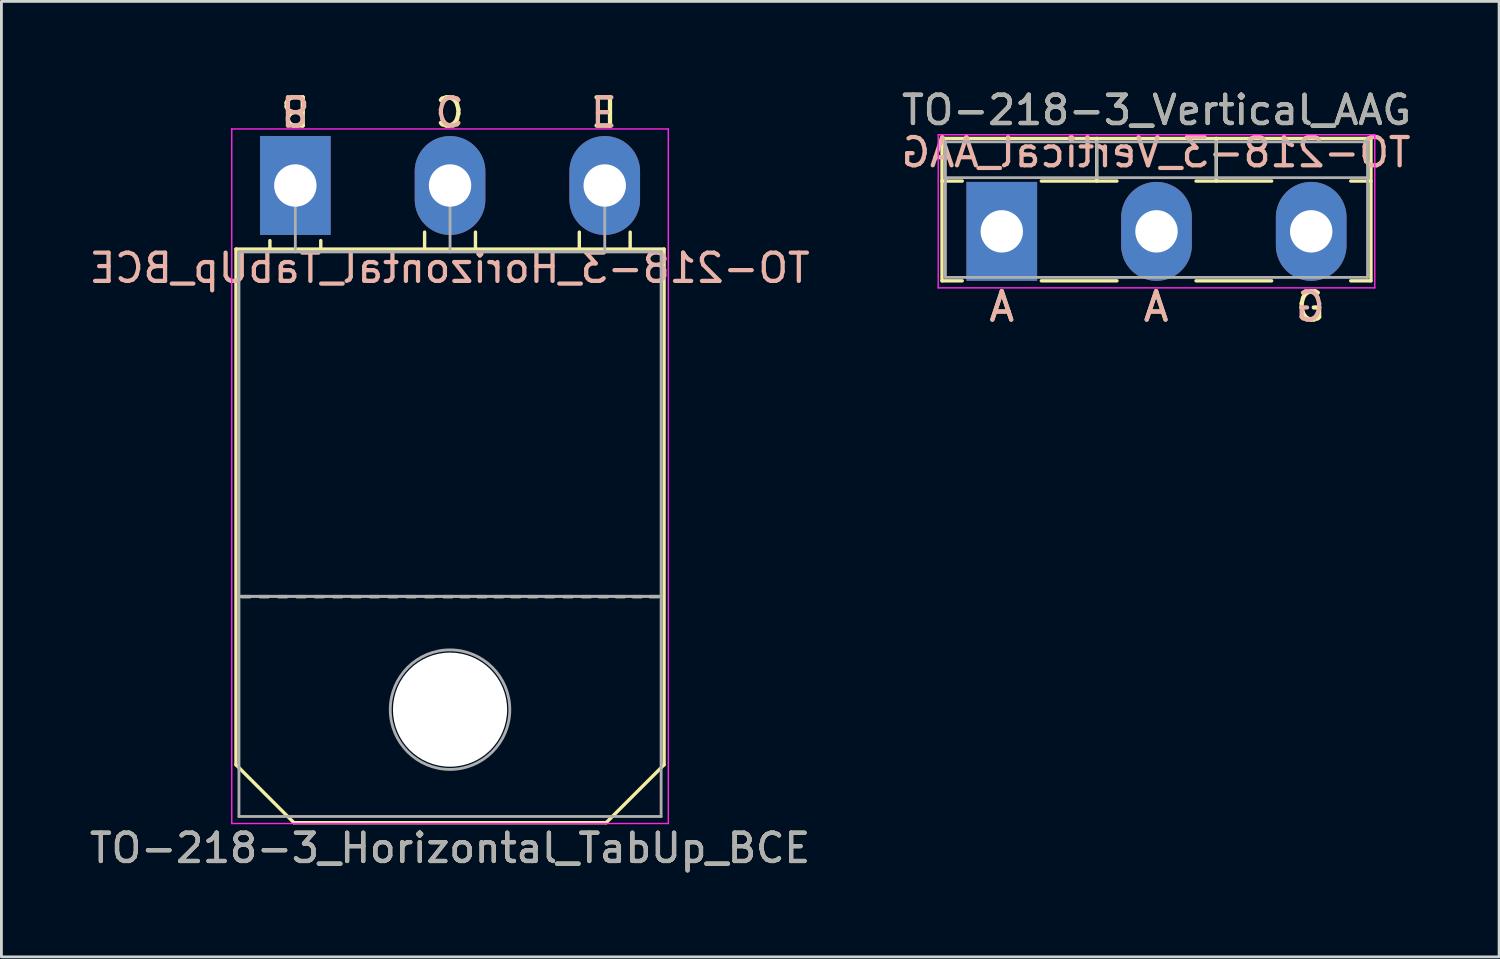
<source format=kicad_pcb>
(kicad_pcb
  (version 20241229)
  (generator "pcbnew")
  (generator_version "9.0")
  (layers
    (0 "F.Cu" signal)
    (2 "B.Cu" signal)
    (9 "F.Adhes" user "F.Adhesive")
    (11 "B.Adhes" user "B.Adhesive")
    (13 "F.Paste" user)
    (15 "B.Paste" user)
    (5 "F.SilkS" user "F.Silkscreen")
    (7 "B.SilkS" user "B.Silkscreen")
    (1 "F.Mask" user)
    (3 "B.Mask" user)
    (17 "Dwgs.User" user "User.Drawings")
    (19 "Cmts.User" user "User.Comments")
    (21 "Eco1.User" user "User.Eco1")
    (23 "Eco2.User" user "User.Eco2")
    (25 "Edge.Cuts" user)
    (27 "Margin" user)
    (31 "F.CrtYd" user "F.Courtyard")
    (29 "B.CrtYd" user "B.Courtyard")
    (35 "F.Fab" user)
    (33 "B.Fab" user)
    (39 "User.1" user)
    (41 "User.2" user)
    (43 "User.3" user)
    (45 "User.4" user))
  (footprint "TO-218-3_Horizontal_TabUp_BCE"
    (layer "F.Cu")
    (at 7.402 3.515)
    (property "Reference" "TO-218-3_Horizontal_TabUp_BCE" (at 5.475 23.45 0) (layer "F.SilkS") (effects (font (size 1 1) (thickness 0.15))))
    (fp_line (start -2.1 2.25) (end 13.05 2.25) (stroke (width 0.12) (type solid)) (layer "F.SilkS"))
    (fp_line (start -2.1 20.5) (end -2.1 2.25) (stroke (width 0.12) (type solid)) (layer "F.SilkS"))
    (fp_line (start -2.1 20.5) (end -0.05 22.55) (stroke (width 0.12) (type solid)) (layer "F.SilkS"))
    (fp_line (start -1.6 14.55) (end -1.9 14.55) (stroke (width 0.12) (type solid)) (layer "F.SilkS"))
    (fp_line (start -0.95 14.55) (end -1.25 14.55) (stroke (width 0.12) (type solid)) (layer "F.SilkS"))
    (fp_line (start -0.9 2.2) (end -0.9 1.95) (stroke (width 0.12) (type solid)) (layer "F.SilkS"))
    (fp_line (start -0.3 14.55) (end -0.6 14.55) (stroke (width 0.12) (type solid)) (layer "F.SilkS"))
    (fp_line (start 0.35 14.55) (end 0.05 14.55) (stroke (width 0.12) (type solid)) (layer "F.SilkS"))
    (fp_line (start 0.9 2.2) (end 0.9 1.95) (stroke (width 0.12) (type solid)) (layer "F.SilkS"))
    (fp_line (start 1 14.55) (end 0.7 14.55) (stroke (width 0.12) (type solid)) (layer "F.SilkS"))
    (fp_line (start 1.65 14.55) (end 1.35 14.55) (stroke (width 0.12) (type solid)) (layer "F.SilkS"))
    (fp_line (start 2.3 14.55) (end 2 14.55) (stroke (width 0.12) (type solid)) (layer "F.SilkS"))
    (fp_line (start 2.95 14.55) (end 2.65 14.55) (stroke (width 0.12) (type solid)) (layer "F.SilkS"))
    (fp_line (start 3.6 14.55) (end 3.3 14.55) (stroke (width 0.12) (type solid)) (layer "F.SilkS"))
    (fp_line (start 4.25 14.55) (end 3.95 14.55) (stroke (width 0.12) (type solid)) (layer "F.SilkS"))
    (fp_line (start 4.575 2.2) (end 4.575 1.65) (stroke (width 0.12) (type solid)) (layer "F.SilkS"))
    (fp_line (start 4.9 14.55) (end 4.6 14.55) (stroke (width 0.12) (type solid)) (layer "F.SilkS"))
    (fp_line (start 5.55 14.55) (end 5.25 14.55) (stroke (width 0.12) (type solid)) (layer "F.SilkS"))
    (fp_line (start 6.15 14.55) (end 5.85 14.55) (stroke (width 0.12) (type solid)) (layer "F.SilkS"))
    (fp_line (start 6.375 2.2) (end 6.375 1.65) (stroke (width 0.12) (type solid)) (layer "F.SilkS"))
    (fp_line (start 6.75 14.55) (end 6.45 14.55) (stroke (width 0.12) (type solid)) (layer "F.SilkS"))
    (fp_line (start 7.35 14.55) (end 7.05 14.55) (stroke (width 0.12) (type solid)) (layer "F.SilkS"))
    (fp_line (start 7.95 14.55) (end 7.65 14.55) (stroke (width 0.12) (type solid)) (layer "F.SilkS"))
    (fp_line (start 8.55 14.55) (end 8.25 14.55) (stroke (width 0.12) (type solid)) (layer "F.SilkS"))
    (fp_line (start 9.15 14.55) (end 8.85 14.55) (stroke (width 0.12) (type solid)) (layer "F.SilkS"))
    (fp_line (start 9.8 14.55) (end 9.5 14.55) (stroke (width 0.12) (type solid)) (layer "F.SilkS"))
    (fp_line (start 10.05 2.2) (end 10.05 1.65) (stroke (width 0.12) (type solid)) (layer "F.SilkS"))
    (fp_line (start 10.45 14.55) (end 10.15 14.55) (stroke (width 0.12) (type solid)) (layer "F.SilkS"))
    (fp_line (start 11 22.55) (end -0.05 22.55) (stroke (width 0.12) (type solid)) (layer "F.SilkS"))
    (fp_line (start 11.05 14.55) (end 10.75 14.55) (stroke (width 0.12) (type solid)) (layer "F.SilkS"))
    (fp_line (start 11.65 14.55) (end 11.35 14.55) (stroke (width 0.12) (type solid)) (layer "F.SilkS"))
    (fp_line (start 11.85 2.2) (end 11.85 1.65) (stroke (width 0.12) (type solid)) (layer "F.SilkS"))
    (fp_line (start 12.25 14.55) (end 11.95 14.55) (stroke (width 0.12) (type solid)) (layer "F.SilkS"))
    (fp_line (start 12.85 14.55) (end 12.55 14.55) (stroke (width 0.12) (type solid)) (layer "F.SilkS"))
    (fp_line (start 13.05 2.25) (end 13.05 20.5) (stroke (width 0.12) (type solid)) (layer "F.SilkS"))
    (fp_line (start 13.05 20.5) (end 11 22.55) (stroke (width 0.12) (type solid)) (layer "F.SilkS"))
    (fp_line (start -2.25 -2) (end -2.25 22.58) (stroke (width 0.05) (type solid)) (layer "F.CrtYd"))
    (fp_line (start -2.25 22.58) (end 13.2 22.58) (stroke (width 0.05) (type solid)) (layer "F.CrtYd"))
    (fp_line (start 13.2 -2) (end -2.25 -2) (stroke (width 0.05) (type solid)) (layer "F.CrtYd"))
    (fp_line (start 13.2 22.58) (end 13.2 -2) (stroke (width 0.05) (type solid)) (layer "F.CrtYd"))
    (fp_line (start -1.995 2.35) (end -1.995 14.54) (stroke (width 0.1) (type solid)) (layer "F.Fab"))
    (fp_line (start -1.995 14.54) (end -1.995 22.33) (stroke (width 0.1) (type solid)) (layer "F.Fab"))
    (fp_line (start -1.995 14.54) (end 12.945 14.54) (stroke (width 0.1) (type solid)) (layer "F.Fab"))
    (fp_line (start -1.995 22.33) (end 12.945 22.33) (stroke (width 0.1) (type solid)) (layer "F.Fab"))
    (fp_line (start 0 2.35) (end 0 0) (stroke (width 0.1) (type solid)) (layer "F.Fab"))
    (fp_line (start 5.475 2.35) (end 5.475 0) (stroke (width 0.1) (type solid)) (layer "F.Fab"))
    (fp_line (start 10.95 2.35) (end 10.95 0) (stroke (width 0.1) (type solid)) (layer "F.Fab"))
    (fp_line (start 12.945 2.35) (end -1.995 2.35) (stroke (width 0.1) (type solid)) (layer "F.Fab"))
    (fp_line (start 12.945 14.54) (end -1.995 14.54) (stroke (width 0.1) (type solid)) (layer "F.Fab"))
    (fp_line (start 12.945 14.54) (end 12.945 2.35) (stroke (width 0.1) (type solid)) (layer "F.Fab"))
    (fp_line (start 12.945 22.33) (end 12.945 14.54) (stroke (width 0.1) (type solid)) (layer "F.Fab"))
    (fp_circle (center 5.475 18.55) (end 7.59 18.55) (stroke (width 0.1) (type solid)) (fill no) (layer "F.Fab"))
    (fp_text user "C" (at 5.461 -2.667 180) (unlocked yes) (layer "F.SilkS") (effects (font (size 1 1) (thickness 0.15))))
    (fp_text user "B" (at 0 -2.667 180) (unlocked yes) (layer "F.SilkS") (effects (font (size 1 1) (thickness 0.15))))
    (fp_text user "E" (at 10.922 -2.667 180) (unlocked yes) (layer "F.SilkS") (effects (font (size 1 1) (thickness 0.15))))
    (fp_text user "E" (at 10.922 -2.667 180) (unlocked yes) (layer "B.SilkS") (effects (font (size 1 1) (thickness 0.15)) (justify mirror)))
    (fp_text user "C" (at 5.461 -2.667 180) (unlocked yes) (layer "B.SilkS") (effects (font (size 1 1) (thickness 0.15)) (justify mirror)))
    (fp_text user "B" (at 0 -2.667 180) (unlocked yes) (layer "B.SilkS") (effects (font (size 1 1) (thickness 0.15)) (justify mirror)))
    (fp_text user "${REFERENCE}" (at 5.461 2.921 0) (layer "B.SilkS") (effects (font (size 1 1) (thickness 0.15)) (justify mirror)))
    (fp_text user "${REFERENCE}" (at 5.475 23.45 0) (layer "F.Fab") (effects (font (size 1 1) (thickness 0.15))))
    (pad "" np_thru_hole oval (at 5.475 18.55) (size 4.04 4.04) (drill 4.04) (layers "*.Cu" "*.Mask"))
    (pad "1" thru_hole rect (at 0 0) (size 2.5 3.5) (drill 1.5) (layers "*.Cu" "*.Mask"))
    (pad "2" thru_hole oval (at 5.475 0) (size 2.5 3.5) (drill 1.5) (layers "*.Cu" "*.Mask"))
    (pad "3" thru_hole oval (at 10.95 0) (size 2.5 3.5) (drill 1.5) (layers "*.Cu" "*.Mask")))
  (footprint "TO-218-3_Vertical_AAG"
    (layer "F.Cu")
    (at 32.404 5.138)
    (property "Reference" "TO-218-3_Vertical_AAG" (at 5.475 -4.29 0) (layer "F.SilkS") (effects (font (size 1 1) (thickness 0.15))))
    (fp_line (start -2.115 -3.29) (end -2.115 1.75) (stroke (width 0.12) (type solid)) (layer "F.SilkS"))
    (fp_line (start -2.115 -3.29) (end 13.065 -3.29) (stroke (width 0.12) (type solid)) (layer "F.SilkS"))
    (fp_line (start -2.115 -1.78) (end -1.4 -1.78) (stroke (width 0.12) (type solid)) (layer "F.SilkS"))
    (fp_line (start -2.115 1.75) (end -1.4 1.75) (stroke (width 0.12) (type solid)) (layer "F.SilkS"))
    (fp_line (start 1.4 -1.78) (end 4.075 -1.78) (stroke (width 0.12) (type solid)) (layer "F.SilkS"))
    (fp_line (start 1.4 1.75) (end 4.075 1.75) (stroke (width 0.12) (type solid)) (layer "F.SilkS"))
    (fp_line (start 3.36 -3.29) (end 3.36 -1.78) (stroke (width 0.12) (type solid)) (layer "F.SilkS"))
    (fp_line (start 6.875 -1.78) (end 9.55 -1.78) (stroke (width 0.12) (type solid)) (layer "F.SilkS"))
    (fp_line (start 6.875 1.75) (end 9.55 1.75) (stroke (width 0.12) (type solid)) (layer "F.SilkS"))
    (fp_line (start 7.59 -3.29) (end 7.59 -1.78) (stroke (width 0.12) (type solid)) (layer "F.SilkS"))
    (fp_line (start 12.35 -1.78) (end 13.065 -1.78) (stroke (width 0.12) (type solid)) (layer "F.SilkS"))
    (fp_line (start 12.35 1.75) (end 13.065 1.75) (stroke (width 0.12) (type solid)) (layer "F.SilkS"))
    (fp_line (start 13.065 -3.29) (end 13.065 1.75) (stroke (width 0.12) (type solid)) (layer "F.SilkS"))
    (fp_line (start -2.25 -3.42) (end -2.25 2) (stroke (width 0.05) (type solid)) (layer "F.CrtYd"))
    (fp_line (start -2.25 2) (end 13.2 2) (stroke (width 0.05) (type solid)) (layer "F.CrtYd"))
    (fp_line (start 13.2 -3.42) (end -2.25 -3.42) (stroke (width 0.05) (type solid)) (layer "F.CrtYd"))
    (fp_line (start 13.2 2) (end 13.2 -3.42) (stroke (width 0.05) (type solid)) (layer "F.CrtYd"))
    (fp_line (start -1.995 -3.17) (end -1.995 1.63) (stroke (width 0.1) (type solid)) (layer "F.Fab"))
    (fp_line (start -1.995 -1.9) (end 12.945 -1.9) (stroke (width 0.1) (type solid)) (layer "F.Fab"))
    (fp_line (start -1.995 1.63) (end 12.945 1.63) (stroke (width 0.1) (type solid)) (layer "F.Fab"))
    (fp_line (start 3.36 -3.17) (end 3.36 -1.9) (stroke (width 0.1) (type solid)) (layer "F.Fab"))
    (fp_line (start 7.59 -3.17) (end 7.59 -1.9) (stroke (width 0.1) (type solid)) (layer "F.Fab"))
    (fp_line (start 12.945 -3.17) (end -1.995 -3.17) (stroke (width 0.1) (type solid)) (layer "F.Fab"))
    (fp_line (start 12.945 1.63) (end 12.945 -3.17) (stroke (width 0.1) (type solid)) (layer "F.Fab"))
    (fp_text user "A" (at 0 2.667 0) (unlocked yes) (layer "F.SilkS") (effects (font (size 1 1) (thickness 0.15))))
    (fp_text user "A" (at 5.461 2.667 0) (unlocked yes) (layer "F.SilkS") (effects (font (size 1 1) (thickness 0.15))))
    (fp_text user "G" (at 10.922 2.667 0) (unlocked yes) (layer "F.SilkS") (effects (font (size 1 1) (thickness 0.15))))
    (fp_text user "A" (at 5.461 2.667 0) (unlocked yes) (layer "B.SilkS") (effects (font (size 1 1) (thickness 0.15)) (justify mirror)))
    (fp_text user "A" (at 0 2.667 0) (unlocked yes) (layer "B.SilkS") (effects (font (size 1 1) (thickness 0.15)) (justify mirror)))
    (fp_text user "${REFERENCE}" (at 5.461 -2.794 0) (layer "B.SilkS") (effects (font (size 1 1) (thickness 0.15)) (justify mirror)))
    (fp_text user "G" (at 10.922 2.667 0) (unlocked yes) (layer "B.SilkS") (effects (font (size 1 1) (thickness 0.15)) (justify mirror)))
    (fp_text user "${REFERENCE}" (at 5.475 -4.29 0) (layer "F.Fab") (effects (font (size 1 1) (thickness 0.15))))
    (pad "1" thru_hole rect (at 0 0) (size 2.5 3.5) (drill 1.5) (layers "*.Cu" "*.Mask"))
    (pad "2" thru_hole oval (at 5.475 0) (size 2.5 3.5) (drill 1.5) (layers "*.Cu" "*.Mask"))
    (pad "3" thru_hole oval (at 10.95 0) (size 2.5 3.5) (drill 1.5) (layers "*.Cu" "*.Mask")))
  (gr_rect
    (start -3 -3)
    (end 50.004 30.814)
    (stroke (width 0.1) (type default))
    (fill no)
    (layer "Edge.Cuts")))
</source>
